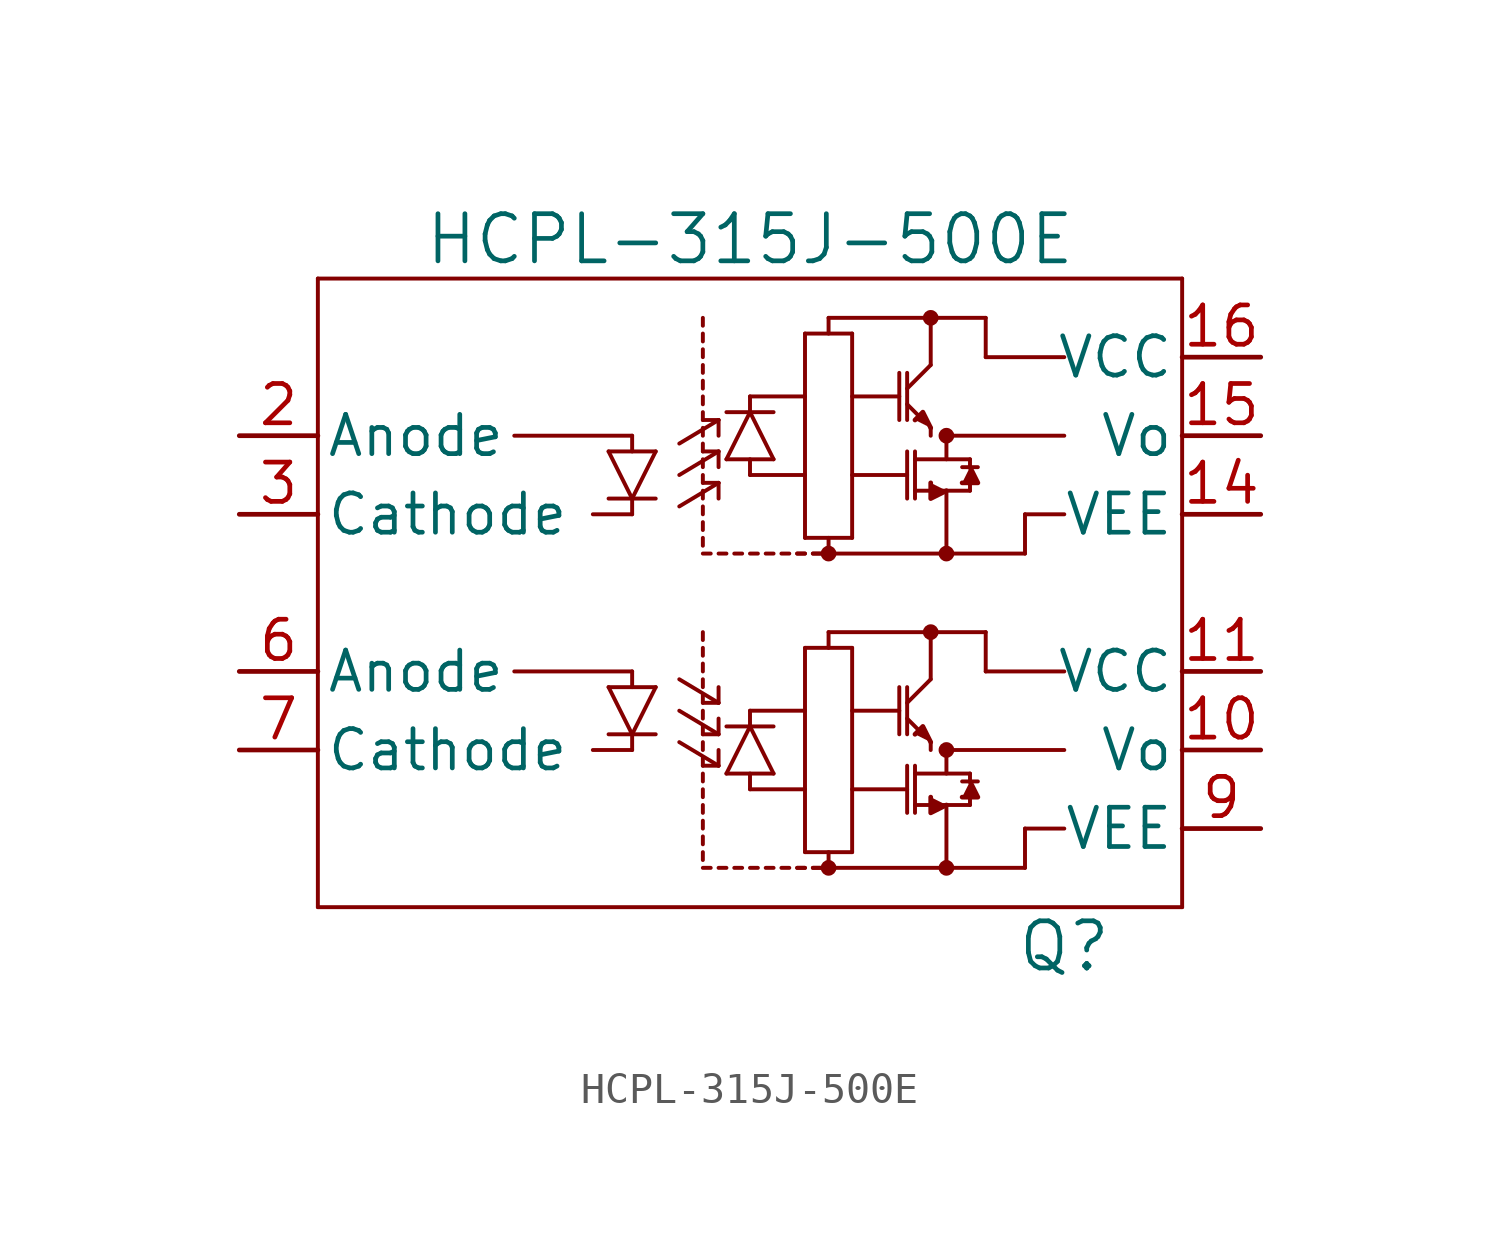
<source format=kicad_sym>
(kicad_symbol_lib
  (version 20220914)
  (generator kicad_symbol_editor)
  (symbol "HCPL-315J-500E"
    (pin_names
      (offset 0.254))
    (property "Reference" "Q"
      (at 10.16 -12.7 0)
      (effects (font (size 1.524 1.524))))
    (property "Value" "HCPL-315J-500E"
      (at 0 10.16 0)
      (effects (font (size 1.524 1.524))))
    (property "ki_locked" ""
      (at 0 0 0)
      (effects (font (size 1.27 1.27))))
    (symbol "HCPL-315J-500E_0_1"
      (polyline (pts (xy -13.97 -11.43) (xy 13.97 -11.43)) (stroke (width 0.127) (type default)) (fill (type none)))
      (polyline (pts (xy -13.97 8.89) (xy -13.97 -11.43)) (stroke (width 0.127) (type default)) (fill (type none)))
      (polyline (pts (xy -7.62 -3.81) (xy -3.81 -3.81)) (stroke (width 0.127) (type default)) (fill (type none)))
      (polyline (pts (xy -7.62 3.81) (xy -3.81 3.81)) (stroke (width 0.127) (type default)) (fill (type none)))
      (polyline (pts (xy -5.08 -6.35) (xy -3.81 -6.35)) (stroke (width 0.127) (type default)) (fill (type none)))
      (polyline (pts (xy -5.08 1.27) (xy -3.81 1.27)) (stroke (width 0.127) (type default)) (fill (type none)))
      (polyline (pts (xy -4.572 -4.318) (xy -3.81 -5.842)) (stroke (width 0.127) (type default)) (fill (type none)))
      (polyline (pts (xy -4.572 3.302) (xy -3.81 1.778)) (stroke (width 0.127) (type default)) (fill (type none)))
      (polyline (pts (xy -3.81 -6.35) (xy -3.81 -5.842)) (stroke (width 0.127) (type default)) (fill (type none)))
      (polyline (pts (xy -3.81 -5.842) (xy -3.048 -4.318)) (stroke (width 0.127) (type default)) (fill (type none)))
      (polyline (pts (xy -3.81 -4.318) (xy -3.81 -3.81)) (stroke (width 0.127) (type default)) (fill (type none)))
      (polyline (pts (xy -3.81 1.27) (xy -3.81 1.778)) (stroke (width 0.127) (type default)) (fill (type none)))
      (polyline (pts (xy -3.81 1.778) (xy -3.048 3.302)) (stroke (width 0.127) (type default)) (fill (type none)))
      (polyline (pts (xy -3.81 3.302) (xy -3.81 3.81)) (stroke (width 0.127) (type default)) (fill (type none)))
      (polyline (pts (xy -3.048 -5.842) (xy -4.572 -5.842)) (stroke (width 0.127) (type default)) (fill (type none)))
      (polyline (pts (xy -3.048 -4.318) (xy -4.572 -4.318)) (stroke (width 0.127) (type default)) (fill (type none)))
      (polyline (pts (xy -3.048 1.778) (xy -4.572 1.778)) (stroke (width 0.127) (type default)) (fill (type none)))
      (polyline (pts (xy -3.048 3.302) (xy -4.572 3.302)) (stroke (width 0.127) (type default)) (fill (type none)))
      (polyline (pts (xy -2.286 -6.096) (xy -1.016 -6.858)) (stroke (width 0.127) (type default)) (fill (type none)))
      (polyline (pts (xy -2.286 -5.08) (xy -1.016 -5.842)) (stroke (width 0.127) (type default)) (fill (type none)))
      (polyline (pts (xy -2.286 -4.064) (xy -1.016 -4.826)) (stroke (width 0.127) (type default)) (fill (type none)))
      (polyline (pts (xy -2.286 1.524) (xy -1.016 2.286)) (stroke (width 0.127) (type default)) (fill (type none)))
      (polyline (pts (xy -2.286 2.54) (xy -1.016 3.302)) (stroke (width 0.127) (type default)) (fill (type none)))
      (polyline (pts (xy -2.286 3.556) (xy -1.016 4.318)) (stroke (width 0.127) (type default)) (fill (type none)))
      (polyline (pts (xy -1.524 -10.16) (xy -1.27 -10.16)) (stroke (width 0.127) (type default)) (fill (type none)))
      (polyline (pts (xy -1.524 -9.652) (xy -1.524 -9.906)) (stroke (width 0.127) (type default)) (fill (type none)))
      (polyline (pts (xy -1.524 -9.144) (xy -1.524 -9.398)) (stroke (width 0.127) (type default)) (fill (type none)))
      (polyline (pts (xy -1.524 -8.636) (xy -1.524 -8.89)) (stroke (width 0.127) (type default)) (fill (type none)))
      (polyline (pts (xy -1.524 -8.128) (xy -1.524 -8.382)) (stroke (width 0.127) (type default)) (fill (type none)))
      (polyline (pts (xy -1.524 -7.62) (xy -1.524 -7.874)) (stroke (width 0.127) (type default)) (fill (type none)))
      (polyline (pts (xy -1.524 -7.112) (xy -1.524 -7.366)) (stroke (width 0.127) (type default)) (fill (type none)))
      (polyline (pts (xy -1.524 -6.604) (xy -1.524 -6.858)) (stroke (width 0.127) (type default)) (fill (type none)))
      (polyline (pts (xy -1.524 -6.096) (xy -1.524 -6.35)) (stroke (width 0.127) (type default)) (fill (type none)))
      (polyline (pts (xy -1.524 -5.588) (xy -1.524 -5.842)) (stroke (width 0.127) (type default)) (fill (type none)))
      (polyline (pts (xy -1.524 -5.334) (xy -1.524 -5.08)) (stroke (width 0.127) (type default)) (fill (type none)))
      (polyline (pts (xy -1.524 -4.826) (xy -1.524 -4.572)) (stroke (width 0.127) (type default)) (fill (type none)))
      (polyline (pts (xy -1.524 -4.318) (xy -1.524 -4.064)) (stroke (width 0.127) (type default)) (fill (type none)))
      (polyline (pts (xy -1.524 -3.81) (xy -1.524 -3.556)) (stroke (width 0.127) (type default)) (fill (type none)))
      (polyline (pts (xy -1.524 -3.302) (xy -1.524 -3.048)) (stroke (width 0.127) (type default)) (fill (type none)))
      (polyline (pts (xy -1.524 -2.794) (xy -1.524 -2.54)) (stroke (width 0.127) (type default)) (fill (type none)))
      (polyline (pts (xy -1.524 0) (xy -1.27 0)) (stroke (width 0.127) (type default)) (fill (type none)))
      (polyline (pts (xy -1.524 0.508) (xy -1.524 0.254)) (stroke (width 0.127) (type default)) (fill (type none)))
      (polyline (pts (xy -1.524 1.016) (xy -1.524 0.762)) (stroke (width 0.127) (type default)) (fill (type none)))
      (polyline (pts (xy -1.524 1.524) (xy -1.524 1.27)) (stroke (width 0.127) (type default)) (fill (type none)))
      (polyline (pts (xy -1.524 2.032) (xy -1.524 1.778)) (stroke (width 0.127) (type default)) (fill (type none)))
      (polyline (pts (xy -1.524 2.54) (xy -1.524 2.286)) (stroke (width 0.127) (type default)) (fill (type none)))
      (polyline (pts (xy -1.524 3.048) (xy -1.524 2.794)) (stroke (width 0.127) (type default)) (fill (type none)))
      (polyline (pts (xy -1.524 3.302) (xy -1.524 3.556)) (stroke (width 0.127) (type default)) (fill (type none)))
      (polyline (pts (xy -1.524 3.81) (xy -1.524 4.064)) (stroke (width 0.127) (type default)) (fill (type none)))
      (polyline (pts (xy -1.524 4.318) (xy -1.524 4.572)) (stroke (width 0.127) (type default)) (fill (type none)))
      (polyline (pts (xy -1.524 4.826) (xy -1.524 5.08)) (stroke (width 0.127) (type default)) (fill (type none)))
      (polyline (pts (xy -1.524 5.334) (xy -1.524 5.588)) (stroke (width 0.127) (type default)) (fill (type none)))
      (polyline (pts (xy -1.524 5.842) (xy -1.524 6.096)) (stroke (width 0.127) (type default)) (fill (type none)))
      (polyline (pts (xy -1.524 6.35) (xy -1.524 6.604)) (stroke (width 0.127) (type default)) (fill (type none)))
      (polyline (pts (xy -1.524 6.858) (xy -1.524 7.112)) (stroke (width 0.127) (type default)) (fill (type none)))
      (polyline (pts (xy -1.524 7.366) (xy -1.524 7.62)) (stroke (width 0.127) (type default)) (fill (type none)))
      (polyline (pts (xy -1.016 -6.858) (xy -1.524 -6.858)) (stroke (width 0.127) (type default)) (fill (type none)))
      (polyline (pts (xy -1.016 -6.858) (xy -1.016 -6.35)) (stroke (width 0.127) (type default)) (fill (type none)))
      (polyline (pts (xy -1.016 -5.842) (xy -1.524 -5.842)) (stroke (width 0.127) (type default)) (fill (type none)))
      (polyline (pts (xy -1.016 -5.842) (xy -1.016 -5.334)) (stroke (width 0.127) (type default)) (fill (type none)))
      (polyline (pts (xy -1.016 -4.826) (xy -1.524 -4.826)) (stroke (width 0.127) (type default)) (fill (type none)))
      (polyline (pts (xy -1.016 -4.826) (xy -1.016 -4.318)) (stroke (width 0.127) (type default)) (fill (type none)))
      (polyline (pts (xy -1.016 2.286) (xy -1.524 2.286)) (stroke (width 0.127) (type default)) (fill (type none)))
      (polyline (pts (xy -1.016 2.286) (xy -1.016 1.778)) (stroke (width 0.127) (type default)) (fill (type none)))
      (polyline (pts (xy -1.016 3.302) (xy -1.524 3.302)) (stroke (width 0.127) (type default)) (fill (type none)))
      (polyline (pts (xy -1.016 3.302) (xy -1.016 2.794)) (stroke (width 0.127) (type default)) (fill (type none)))
      (polyline (pts (xy -1.016 4.318) (xy -1.524 4.318)) (stroke (width 0.127) (type default)) (fill (type none)))
      (polyline (pts (xy -1.016 4.318) (xy -1.016 3.81)) (stroke (width 0.127) (type default)) (fill (type none)))
      (polyline (pts (xy -0.762 -10.16) (xy -1.016 -10.16)) (stroke (width 0.127) (type default)) (fill (type none)))
      (polyline (pts (xy -0.762 -7.112) (xy 0.762 -7.112)) (stroke (width 0.127) (type default)) (fill (type none)))
      (polyline (pts (xy -0.762 -5.588) (xy 0.762 -5.588)) (stroke (width 0.127) (type default)) (fill (type none)))
      (polyline (pts (xy -0.762 0) (xy -1.016 0)) (stroke (width 0.127) (type default)) (fill (type none)))
      (polyline (pts (xy -0.762 3.048) (xy 0.762 3.048)) (stroke (width 0.127) (type default)) (fill (type none)))
      (polyline (pts (xy -0.762 4.572) (xy 0.762 4.572)) (stroke (width 0.127) (type default)) (fill (type none)))
      (polyline (pts (xy -0.254 -10.16) (xy -0.508 -10.16)) (stroke (width 0.127) (type default)) (fill (type none)))
      (polyline (pts (xy -0.254 0) (xy -0.508 0)) (stroke (width 0.127) (type default)) (fill (type none)))
      (polyline (pts (xy 0 -7.112) (xy 0 -7.62)) (stroke (width 0.127) (type default)) (fill (type none)))
      (polyline (pts (xy 0 -5.588) (xy -0.762 -7.112)) (stroke (width 0.127) (type default)) (fill (type none)))
      (polyline (pts (xy 0 -5.08) (xy 0 -5.588)) (stroke (width 0.127) (type default)) (fill (type none)))
      (polyline (pts (xy 0 3.048) (xy 0 2.54)) (stroke (width 0.127) (type default)) (fill (type none)))
      (polyline (pts (xy 0 4.572) (xy -0.762 3.048)) (stroke (width 0.127) (type default)) (fill (type none)))
      (polyline (pts (xy 0 5.08) (xy 0 4.572)) (stroke (width 0.127) (type default)) (fill (type none)))
      (polyline (pts (xy 0.254 -10.16) (xy 0 -10.16)) (stroke (width 0.127) (type default)) (fill (type none)))
      (polyline (pts (xy 0.254 0) (xy 0 0)) (stroke (width 0.127) (type default)) (fill (type none)))
      (polyline (pts (xy 0.762 -10.16) (xy 0.508 -10.16)) (stroke (width 0.127) (type default)) (fill (type none)))
      (polyline (pts (xy 0.762 -7.112) (xy 0 -5.588)) (stroke (width 0.127) (type default)) (fill (type none)))
      (polyline (pts (xy 0.762 0) (xy 0.508 0)) (stroke (width 0.127) (type default)) (fill (type none)))
      (polyline (pts (xy 0.762 3.048) (xy 0 4.572)) (stroke (width 0.127) (type default)) (fill (type none)))
      (polyline (pts (xy 1.27 -10.16) (xy 1.016 -10.16)) (stroke (width 0.127) (type default)) (fill (type none)))
      (polyline (pts (xy 1.27 0) (xy 1.016 0)) (stroke (width 0.127) (type default)) (fill (type none)))
      (polyline (pts (xy 1.778 -10.16) (xy 1.524 -10.16)) (stroke (width 0.127) (type default)) (fill (type none)))
      (polyline (pts (xy 1.778 -10.16) (xy 1.524 -10.16)) (stroke (width 0.127) (type default)) (fill (type none)))
      (polyline (pts (xy 1.778 -9.652) (xy 3.302 -9.652)) (stroke (width 0.127) (type default)) (fill (type none)))
      (polyline (pts (xy 1.778 -7.62) (xy 0 -7.62)) (stroke (width 0.127) (type default)) (fill (type none)))
      (polyline (pts (xy 1.778 -5.08) (xy 0 -5.08)) (stroke (width 0.127) (type default)) (fill (type none)))
      (polyline (pts (xy 1.778 -3.048) (xy 1.778 -9.652)) (stroke (width 0.127) (type default)) (fill (type none)))
      (polyline (pts (xy 1.778 0) (xy 1.524 0)) (stroke (width 0.127) (type default)) (fill (type none)))
      (polyline (pts (xy 1.778 0) (xy 1.524 0)) (stroke (width 0.127) (type default)) (fill (type none)))
      (polyline (pts (xy 1.778 0.508) (xy 3.302 0.508)) (stroke (width 0.127) (type default)) (fill (type none)))
      (polyline (pts (xy 1.778 2.54) (xy 0 2.54)) (stroke (width 0.127) (type default)) (fill (type none)))
      (polyline (pts (xy 1.778 5.08) (xy 0 5.08)) (stroke (width 0.127) (type default)) (fill (type none)))
      (polyline (pts (xy 1.778 7.112) (xy 1.778 0.508)) (stroke (width 0.127) (type default)) (fill (type none)))
      (polyline (pts (xy 2.286 -10.16) (xy 2.032 -10.16)) (stroke (width 0.127) (type default)) (fill (type none)))
      (polyline (pts (xy 2.286 -10.16) (xy 2.032 -10.16)) (stroke (width 0.127) (type default)) (fill (type none)))
      (polyline (pts (xy 2.286 0) (xy 2.032 0)) (stroke (width 0.127) (type default)) (fill (type none)))
      (polyline (pts (xy 2.286 0) (xy 2.032 0)) (stroke (width 0.127) (type default)) (fill (type none)))
      (polyline (pts (xy 2.54 -9.652) (xy 2.54 -10.16)) (stroke (width 0.127) (type default)) (fill (type none)))
      (polyline (pts (xy 2.54 -2.54) (xy 2.54 -3.048)) (stroke (width 0.127) (type default)) (fill (type none)))
      (polyline (pts (xy 2.54 0.508) (xy 2.54 0)) (stroke (width 0.127) (type default)) (fill (type none)))
      (polyline (pts (xy 2.54 7.62) (xy 2.54 7.112)) (stroke (width 0.127) (type default)) (fill (type none)))
      (polyline (pts (xy 3.302 -9.652) (xy 3.302 -3.048)) (stroke (width 0.127) (type default)) (fill (type none)))
      (polyline (pts (xy 3.302 -7.62) (xy 5.08 -7.62)) (stroke (width 0.127) (type default)) (fill (type none)))
      (polyline (pts (xy 3.302 -5.08) (xy 4.826 -5.08)) (stroke (width 0.127) (type default)) (fill (type none)))
      (polyline (pts (xy 3.302 -3.048) (xy 1.778 -3.048)) (stroke (width 0.127) (type default)) (fill (type none)))
      (polyline (pts (xy 3.302 0.508) (xy 3.302 7.112)) (stroke (width 0.127) (type default)) (fill (type none)))
      (polyline (pts (xy 3.302 2.54) (xy 5.08 2.54)) (stroke (width 0.127) (type default)) (fill (type none)))
      (polyline (pts (xy 3.302 5.08) (xy 4.826 5.08)) (stroke (width 0.127) (type default)) (fill (type none)))
      (polyline (pts (xy 3.302 7.112) (xy 1.778 7.112)) (stroke (width 0.127) (type default)) (fill (type none)))
      (polyline (pts (xy 4.826 -4.318) (xy 4.826 -5.842)) (stroke (width 0.127) (type default)) (fill (type none)))
      (polyline (pts (xy 4.826 5.842) (xy 4.826 4.318)) (stroke (width 0.127) (type default)) (fill (type none)))
      (polyline (pts (xy 5.08 -6.858) (xy 5.08 -8.382)) (stroke (width 0.127) (type default)) (fill (type none)))
      (polyline (pts (xy 5.08 -5.334) (xy 5.588 -5.842)) (stroke (width 0.127) (type default)) (fill (type none)))
      (polyline (pts (xy 5.08 -4.826) (xy 5.842 -4.064)) (stroke (width 0.127) (type default)) (fill (type none)))
      (polyline (pts (xy 5.08 -4.318) (xy 5.08 -5.842)) (stroke (width 0.127) (type default)) (fill (type none)))
      (polyline (pts (xy 5.08 3.302) (xy 5.08 1.778)) (stroke (width 0.127) (type default)) (fill (type none)))
      (polyline (pts (xy 5.08 4.826) (xy 5.588 4.318)) (stroke (width 0.127) (type default)) (fill (type none)))
      (polyline (pts (xy 5.08 5.334) (xy 5.842 6.096)) (stroke (width 0.127) (type default)) (fill (type none)))
      (polyline (pts (xy 5.08 5.842) (xy 5.08 4.318)) (stroke (width 0.127) (type default)) (fill (type none)))
      (polyline (pts (xy 5.334 -8.128) (xy 7.112 -8.128)) (stroke (width 0.127) (type default)) (fill (type none)))
      (polyline (pts (xy 5.334 -7.112) (xy 7.112 -7.112)) (stroke (width 0.127) (type default)) (fill (type none)))
      (polyline (pts (xy 5.334 -6.858) (xy 5.334 -8.382)) (stroke (width 0.127) (type default)) (fill (type none)))
      (polyline (pts (xy 5.334 2.032) (xy 7.112 2.032)) (stroke (width 0.127) (type default)) (fill (type none)))
      (polyline (pts (xy 5.334 3.048) (xy 7.112 3.048)) (stroke (width 0.127) (type default)) (fill (type none)))
      (polyline (pts (xy 5.334 3.302) (xy 5.334 1.778)) (stroke (width 0.127) (type default)) (fill (type none)))
      (polyline (pts (xy 5.842 -6.096) (xy 5.842 -6.35)) (stroke (width 0.127) (type default)) (fill (type none)))
      (polyline (pts (xy 5.842 -2.54) (xy 5.842 -4.064)) (stroke (width 0.127) (type default)) (fill (type none)))
      (polyline (pts (xy 5.842 4.064) (xy 5.842 3.81)) (stroke (width 0.127) (type default)) (fill (type none)))
      (polyline (pts (xy 5.842 7.62) (xy 5.842 6.096)) (stroke (width 0.127) (type default)) (fill (type none)))
      (polyline (pts (xy 6.35 -10.16) (xy 6.35 -8.128)) (stroke (width 0.127) (type default)) (fill (type none)))
      (polyline (pts (xy 6.35 -7.112) (xy 6.35 -6.35)) (stroke (width 0.127) (type default)) (fill (type none)))
      (polyline (pts (xy 6.35 -6.35) (xy 10.16 -6.35)) (stroke (width 0.127) (type default)) (fill (type none)))
      (polyline (pts (xy 6.35 0) (xy 6.35 2.032)) (stroke (width 0.127) (type default)) (fill (type none)))
      (polyline (pts (xy 6.35 3.048) (xy 6.35 3.81)) (stroke (width 0.127) (type default)) (fill (type none)))
      (polyline (pts (xy 6.35 3.81) (xy 10.16 3.81)) (stroke (width 0.127) (type default)) (fill (type none)))
      (polyline (pts (xy 6.858 -7.366) (xy 7.366 -7.366)) (stroke (width 0.127) (type default)) (fill (type none)))
      (polyline (pts (xy 6.858 2.794) (xy 7.366 2.794)) (stroke (width 0.127) (type default)) (fill (type none)))
      (polyline (pts (xy 7.112 -7.874) (xy 7.112 -8.128)) (stroke (width 0.127) (type default)) (fill (type none)))
      (polyline (pts (xy 7.112 -7.112) (xy 7.112 -7.366)) (stroke (width 0.127) (type default)) (fill (type none)))
      (polyline (pts (xy 7.112 2.286) (xy 7.112 2.032)) (stroke (width 0.127) (type default)) (fill (type none)))
      (polyline (pts (xy 7.112 3.048) (xy 7.112 2.794)) (stroke (width 0.127) (type default)) (fill (type none)))
      (polyline (pts (xy 7.62 -3.81) (xy 10.16 -3.81)) (stroke (width 0.127) (type default)) (fill (type none)))
      (polyline (pts (xy 7.62 -2.54) (xy 2.54 -2.54)) (stroke (width 0.127) (type default)) (fill (type none)))
      (polyline (pts (xy 7.62 -2.54) (xy 7.62 -3.81)) (stroke (width 0.127) (type default)) (fill (type none)))
      (polyline (pts (xy 7.62 6.35) (xy 10.16 6.35)) (stroke (width 0.127) (type default)) (fill (type none)))
      (polyline (pts (xy 7.62 7.62) (xy 2.54 7.62)) (stroke (width 0.127) (type default)) (fill (type none)))
      (polyline (pts (xy 7.62 7.62) (xy 7.62 6.35)) (stroke (width 0.127) (type default)) (fill (type none)))
      (polyline (pts (xy 8.89 -10.16) (xy 2.54 -10.16)) (stroke (width 0.127) (type default)) (fill (type none)))
      (polyline (pts (xy 8.89 -8.89) (xy 8.89 -10.16)) (stroke (width 0.127) (type default)) (fill (type none)))
      (polyline (pts (xy 8.89 -8.89) (xy 10.16 -8.89)) (stroke (width 0.127) (type default)) (fill (type none)))
      (polyline (pts (xy 8.89 0) (xy 2.54 0)) (stroke (width 0.127) (type default)) (fill (type none)))
      (polyline (pts (xy 8.89 1.27) (xy 8.89 0)) (stroke (width 0.127) (type default)) (fill (type none)))
      (polyline (pts (xy 8.89 1.27) (xy 10.16 1.27)) (stroke (width 0.127) (type default)) (fill (type none)))
      (polyline (pts (xy 13.97 -11.43) (xy 13.97 8.89)) (stroke (width 0.127) (type default)) (fill (type none)))
      (polyline (pts (xy 13.97 8.89) (xy -13.97 8.89)) (stroke (width 0.127) (type default)) (fill (type none)))
      (polyline (pts (xy 5.842 -6.096) (xy 5.588 -5.588) (xy 5.334 -5.842)) (stroke (width 0) (type default)) (fill (type outline)))
      (polyline (pts (xy 5.842 4.064) (xy 5.588 4.572) (xy 5.334 4.318)) (stroke (width 0) (type default)) (fill (type outline)))
      (polyline (pts (xy 6.35 -8.128) (xy 5.842 -8.382) (xy 5.842 -7.874)) (stroke (width 0) (type default)) (fill (type outline)))
      (polyline (pts (xy 6.35 2.032) (xy 5.842 1.778) (xy 5.842 2.286)) (stroke (width 0) (type default)) (fill (type outline)))
      (polyline (pts (xy 7.112 -7.366) (xy 7.366 -7.874) (xy 6.858 -7.874)) (stroke (width 0) (type default)) (fill (type outline)))
      (polyline (pts (xy 7.112 2.794) (xy 7.366 2.286) (xy 6.858 2.286)) (stroke (width 0) (type default)) (fill (type outline)))
      (circle (center 2.54 -10.16) (radius 0.127) (stroke (width 0.254) (type default)) (fill (type none)))
      (circle (center 2.54 0) (radius 0.127) (stroke (width 0.254) (type default)) (fill (type none)))
      (circle (center 5.842 -2.54) (radius 0.127) (stroke (width 0.254) (type default)) (fill (type none)))
      (circle (center 5.842 7.62) (radius 0.127) (stroke (width 0.254) (type default)) (fill (type none)))
      (circle (center 6.35 -10.16) (radius 0.127) (stroke (width 0.254) (type default)) (fill (type none)))
      (circle (center 6.35 -6.35) (radius 0.127) (stroke (width 0.254) (type default)) (fill (type none)))
      (circle (center 6.35 0) (radius 0.127) (stroke (width 0.254) (type default)) (fill (type none)))
      (circle (center 6.35 3.81) (radius 0.127) (stroke (width 0.254) (type default)) (fill (type none))))
    (symbol "HCPL-315J-500E_1_1"
      (pin no_connect line (at -11.43 6.35 0) (length 2.54) hide (name "N/C" (effects (font (size 1.27 1.27)))) (number "1" (effects (font (size 1.27 1.27)))))
      (pin output line (at 16.51 -6.35 180) (length 2.54) (name "Vo" (effects (font (size 1.27 1.27)))) (number "10" (effects (font (size 1.27 1.27)))))
      (pin power_in line (at 16.51 -3.81 180) (length 2.54) (name "VCC" (effects (font (size 1.27 1.27)))) (number "11" (effects (font (size 1.27 1.27)))))
      (pin power_in line (at 16.51 1.27 180) (length 2.54) (name "VEE" (effects (font (size 1.27 1.27)))) (number "14" (effects (font (size 1.27 1.27)))))
      (pin output line (at 16.51 3.81 180) (length 2.54) (name "Vo" (effects (font (size 1.27 1.27)))) (number "15" (effects (font (size 1.27 1.27)))))
      (pin power_in line (at 16.51 6.35 180) (length 2.54) (name "VCC" (effects (font (size 1.27 1.27)))) (number "16" (effects (font (size 1.27 1.27)))))
      (pin unspecified line (at -16.51 3.81 0) (length 2.54) (name "Anode" (effects (font (size 1.27 1.27)))) (number "2" (effects (font (size 1.27 1.27)))))
      (pin unspecified line (at -16.51 1.27 0) (length 2.54) (name "Cathode" (effects (font (size 1.27 1.27)))) (number "3" (effects (font (size 1.27 1.27)))))
      (pin unspecified line (at -16.51 -3.81 0) (length 2.54) (name "Anode" (effects (font (size 1.27 1.27)))) (number "6" (effects (font (size 1.27 1.27)))))
      (pin unspecified line (at -16.51 -6.35 0) (length 2.54) (name "Cathode" (effects (font (size 1.27 1.27)))) (number "7" (effects (font (size 1.27 1.27)))))
      (pin no_connect line (at -16.51 -8.89 0) (length 2.54) hide (name "N/C" (effects (font (size 1.27 1.27)))) (number "8" (effects (font (size 1.27 1.27)))))
      (pin power_in line (at 16.51 -8.89 180) (length 2.54) (name "VEE" (effects (font (size 1.27 1.27)))) (number "9" (effects (font (size 1.27 1.27))))))))
</source>
